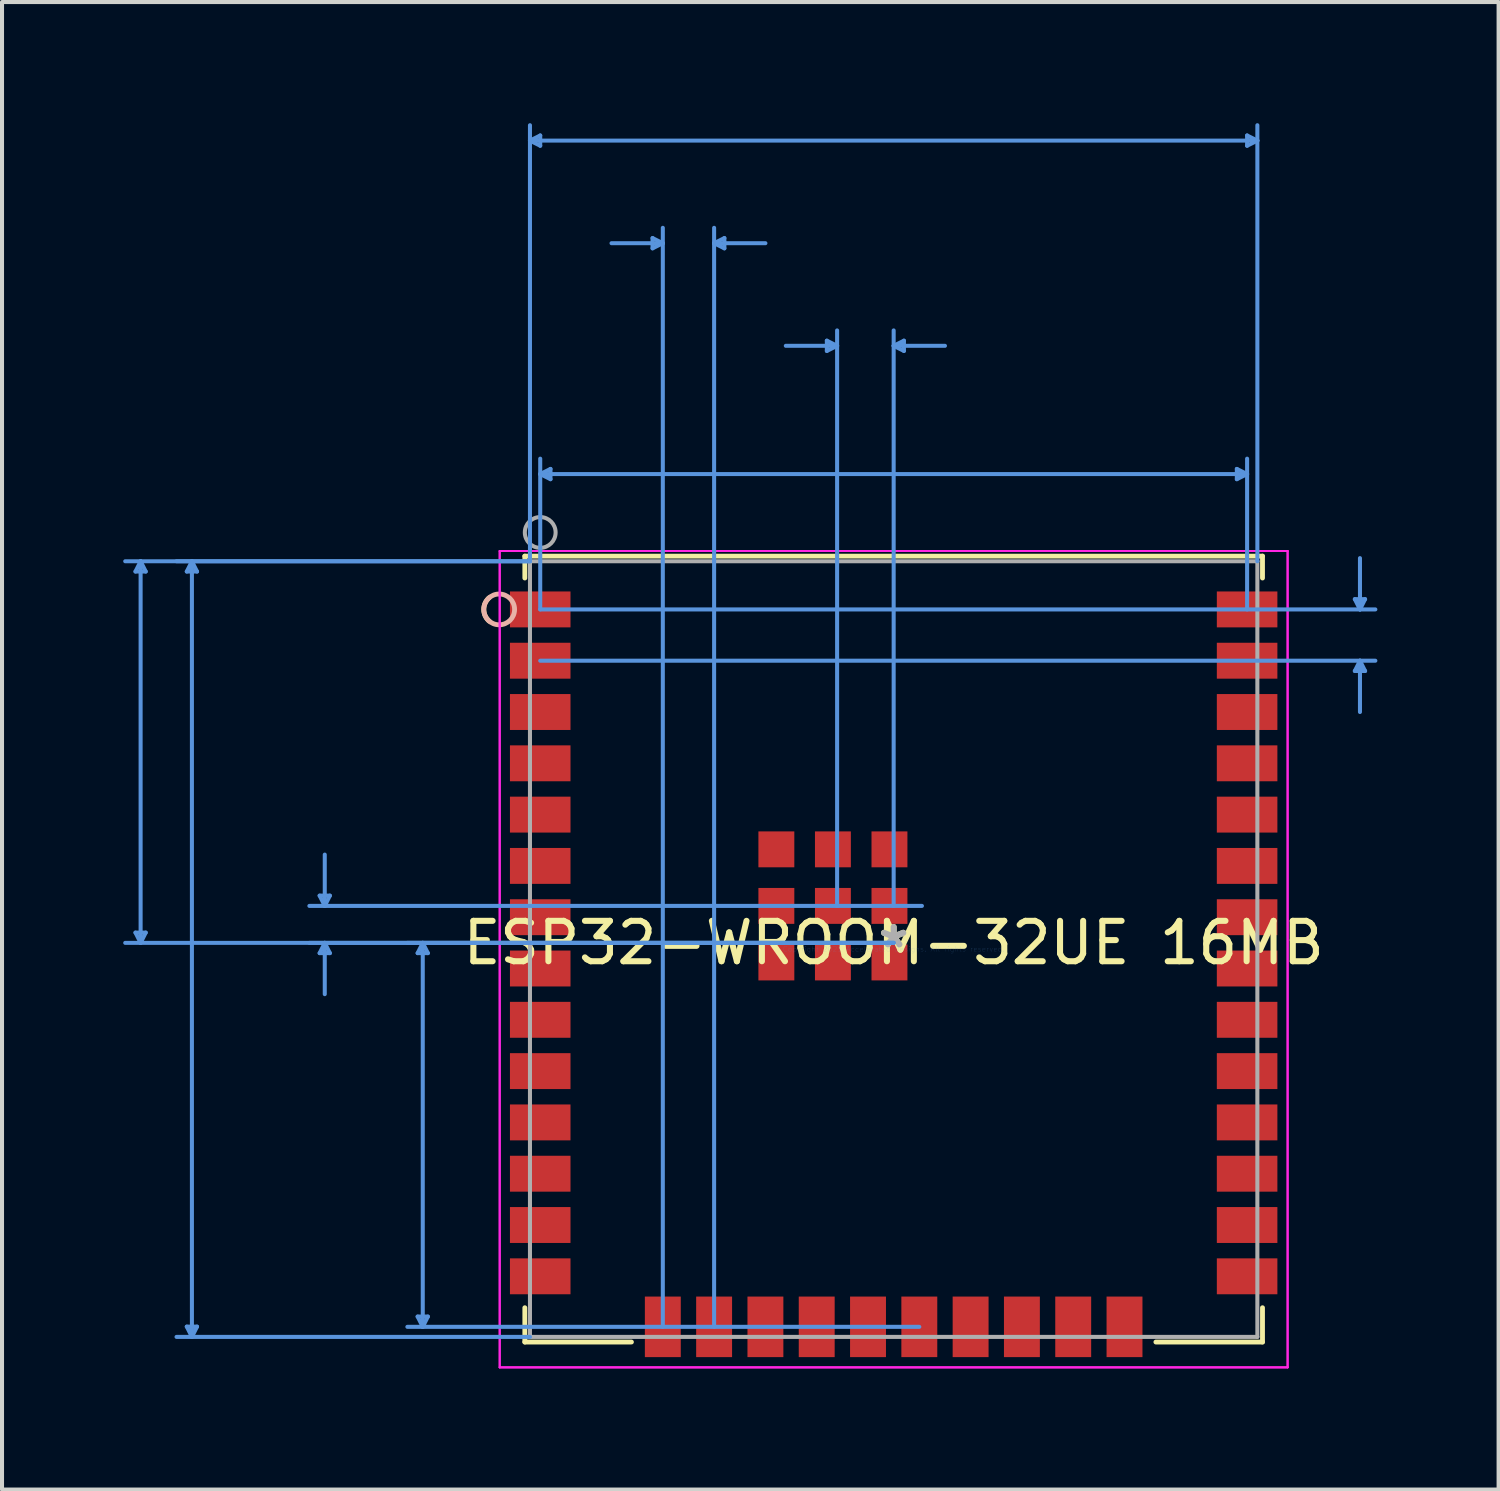
<source format=kicad_pcb>
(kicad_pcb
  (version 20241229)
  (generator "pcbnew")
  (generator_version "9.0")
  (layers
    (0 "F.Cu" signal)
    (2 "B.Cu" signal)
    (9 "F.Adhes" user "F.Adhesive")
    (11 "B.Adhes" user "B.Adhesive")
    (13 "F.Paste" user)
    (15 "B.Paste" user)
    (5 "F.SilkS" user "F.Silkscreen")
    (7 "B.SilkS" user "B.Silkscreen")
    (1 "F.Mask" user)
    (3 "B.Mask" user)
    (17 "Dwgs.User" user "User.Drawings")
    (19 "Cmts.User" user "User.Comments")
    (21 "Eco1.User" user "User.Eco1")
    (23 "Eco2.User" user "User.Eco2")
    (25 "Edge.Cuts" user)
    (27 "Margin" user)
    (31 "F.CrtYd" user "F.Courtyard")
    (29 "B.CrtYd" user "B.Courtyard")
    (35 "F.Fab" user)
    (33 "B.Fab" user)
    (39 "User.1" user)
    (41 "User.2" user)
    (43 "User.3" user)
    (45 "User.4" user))
  (footprint "ESP32-WROOM-32UE 16MB"
    (layer "F.Cu")
    (at 19.074 20.446)
    (property "Reference" "ESP32-WROOM-32UE 16MB" (at 0 -0.154 0) (layer "F.SilkS") (effects (font (size 1 1) (thickness 0.15))))
    (attr through_hole)
    (fp_line (start -9.131 -9.728) (end -9.131 -9.186) (stroke (width 0.12) (type solid)) (layer "F.SilkS"))
    (fp_line (start -9.131 8.879) (end -9.131 9.728) (stroke (width 0.12) (type solid)) (layer "F.SilkS"))
    (fp_line (start -9.131 9.728) (end -6.492 9.728) (stroke (width 0.12) (type solid)) (layer "F.SilkS"))
    (fp_line (start 6.492 9.728) (end 9.131 9.728) (stroke (width 0.12) (type solid)) (layer "F.SilkS"))
    (fp_line (start 9.131 -9.728) (end -9.131 -9.728) (stroke (width 0.12) (type solid)) (layer "F.SilkS"))
    (fp_line (start 9.131 -9.186) (end 9.131 -9.728) (stroke (width 0.12) (type solid)) (layer "F.SilkS"))
    (fp_line (start 9.131 9.728) (end 9.131 8.879) (stroke (width 0.12) (type solid)) (layer "F.SilkS"))
    (fp_arc (start -10.00984 -8.11567) (mid -10.1473 -8.40867) (end -10.00984 -8.70167) (stroke (width 0.12) (type solid)) (layer "F.SilkS"))
    (fp_circle (center -9.766 -8.409) (end -9.385 -8.409) (stroke (width 0.12) (type solid)) (fill no) (layer "B.SilkS"))
    (fp_line (start -18.77 -9.347) (end -18.516 -9.347) (stroke (width 0.1) (type solid)) (layer "Cmts.User"))
    (fp_line (start -18.77 -0.408) (end -18.516 -0.408) (stroke (width 0.1) (type solid)) (layer "Cmts.User"))
    (fp_line (start -18.643 -9.601) (end -18.77 -9.347) (stroke (width 0.1) (type solid)) (layer "Cmts.User"))
    (fp_line (start -18.643 -9.601) (end -18.643 -0.154) (stroke (width 0.1) (type solid)) (layer "Cmts.User"))
    (fp_line (start -18.643 -9.601) (end -18.516 -9.347) (stroke (width 0.1) (type solid)) (layer "Cmts.User"))
    (fp_line (start -18.643 -0.154) (end -18.77 -0.408) (stroke (width 0.1) (type solid)) (layer "Cmts.User"))
    (fp_line (start -18.643 -0.154) (end -18.516 -0.408) (stroke (width 0.1) (type solid)) (layer "Cmts.User"))
    (fp_line (start -17.5 -9.347) (end -17.246 -9.347) (stroke (width 0.1) (type solid)) (layer "Cmts.User"))
    (fp_line (start -17.5 9.347) (end -17.246 9.347) (stroke (width 0.1) (type solid)) (layer "Cmts.User"))
    (fp_line (start -17.373 -9.601) (end -17.5 -9.347) (stroke (width 0.1) (type solid)) (layer "Cmts.User"))
    (fp_line (start -17.373 -9.601) (end -17.373 9.601) (stroke (width 0.1) (type solid)) (layer "Cmts.User"))
    (fp_line (start -17.373 -9.601) (end -17.246 -9.347) (stroke (width 0.1) (type solid)) (layer "Cmts.User"))
    (fp_line (start -17.373 9.601) (end -17.5 9.347) (stroke (width 0.1) (type solid)) (layer "Cmts.User"))
    (fp_line (start -17.373 9.601) (end -17.246 9.347) (stroke (width 0.1) (type solid)) (layer "Cmts.User"))
    (fp_line (start -14.211 -1.323) (end -13.957 -1.323) (stroke (width 0.1) (type solid)) (layer "Cmts.User"))
    (fp_line (start -14.211 0.1) (end -13.957 0.1) (stroke (width 0.1) (type solid)) (layer "Cmts.User"))
    (fp_line (start -14.084 -1.069) (end -14.211 -1.323) (stroke (width 0.1) (type solid)) (layer "Cmts.User"))
    (fp_line (start -14.084 -1.069) (end -14.084 -2.339) (stroke (width 0.1) (type solid)) (layer "Cmts.User"))
    (fp_line (start -14.084 -1.069) (end -13.957 -1.323) (stroke (width 0.1) (type solid)) (layer "Cmts.User"))
    (fp_line (start -14.084 -0.154) (end -14.211 0.1) (stroke (width 0.1) (type solid)) (layer "Cmts.User"))
    (fp_line (start -14.084 -0.154) (end -14.084 1.116) (stroke (width 0.1) (type solid)) (layer "Cmts.User"))
    (fp_line (start -14.084 -0.154) (end -13.957 0.1) (stroke (width 0.1) (type solid)) (layer "Cmts.User"))
    (fp_line (start -11.785 0.1) (end -11.531 0.1) (stroke (width 0.1) (type solid)) (layer "Cmts.User"))
    (fp_line (start -11.785 9.098) (end -11.531 9.098) (stroke (width 0.1) (type solid)) (layer "Cmts.User"))
    (fp_line (start -11.658 -0.154) (end -11.785 0.1) (stroke (width 0.1) (type solid)) (layer "Cmts.User"))
    (fp_line (start -11.658 -0.154) (end -11.658 9.352) (stroke (width 0.1) (type solid)) (layer "Cmts.User"))
    (fp_line (start -11.658 -0.154) (end -11.531 0.1) (stroke (width 0.1) (type solid)) (layer "Cmts.User"))
    (fp_line (start -11.658 9.352) (end -11.785 9.098) (stroke (width 0.1) (type solid)) (layer "Cmts.User"))
    (fp_line (start -11.658 9.352) (end -11.531 9.098) (stroke (width 0.1) (type solid)) (layer "Cmts.User"))
    (fp_line (start -9.004 -20.015) (end -8.75 -20.142) (stroke (width 0.1) (type solid)) (layer "Cmts.User"))
    (fp_line (start -9.004 -20.015) (end -8.75 -19.888) (stroke (width 0.1) (type solid)) (layer "Cmts.User"))
    (fp_line (start -9.004 -20.015) (end 9.004 -20.015) (stroke (width 0.1) (type solid)) (layer "Cmts.User"))
    (fp_line (start -9.004 -9.601) (end -19.024 -9.601) (stroke (width 0.1) (type solid)) (layer "Cmts.User"))
    (fp_line (start -9.004 -9.601) (end -17.754 -9.601) (stroke (width 0.1) (type solid)) (layer "Cmts.User"))
    (fp_line (start -9.004 -9.601) (end -9.004 -20.396) (stroke (width 0.1) (type solid)) (layer "Cmts.User"))
    (fp_line (start -9.004 9.601) (end -17.754 9.601) (stroke (width 0.1) (type solid)) (layer "Cmts.User"))
    (fp_line (start -8.75 -20.142) (end -8.75 -19.888) (stroke (width 0.1) (type solid)) (layer "Cmts.User"))
    (fp_line (start -8.75 -11.76) (end -8.496 -11.887) (stroke (width 0.1) (type solid)) (layer "Cmts.User"))
    (fp_line (start -8.75 -11.76) (end -8.496 -11.633) (stroke (width 0.1) (type solid)) (layer "Cmts.User"))
    (fp_line (start -8.75 -11.76) (end 8.75 -11.76) (stroke (width 0.1) (type solid)) (layer "Cmts.User"))
    (fp_line (start -8.75 -8.409) (end -8.75 -12.141) (stroke (width 0.1) (type solid)) (layer "Cmts.User"))
    (fp_line (start -8.75 -8.409) (end 11.925 -8.409) (stroke (width 0.1) (type solid)) (layer "Cmts.User"))
    (fp_line (start -8.75 -7.139) (end 11.925 -7.139) (stroke (width 0.1) (type solid)) (layer "Cmts.User"))
    (fp_line (start -8.496 -11.887) (end -8.496 -11.633) (stroke (width 0.1) (type solid)) (layer "Cmts.User"))
    (fp_line (start -5.969 -17.602) (end -5.969 -17.348) (stroke (width 0.1) (type solid)) (layer "Cmts.User"))
    (fp_line (start -5.715 -17.475) (end -6.985 -17.475) (stroke (width 0.1) (type solid)) (layer "Cmts.User"))
    (fp_line (start -5.715 -17.475) (end -5.969 -17.602) (stroke (width 0.1) (type solid)) (layer "Cmts.User"))
    (fp_line (start -5.715 -17.475) (end -5.969 -17.348) (stroke (width 0.1) (type solid)) (layer "Cmts.User"))
    (fp_line (start -5.715 9.352) (end -5.715 -17.856) (stroke (width 0.1) (type solid)) (layer "Cmts.User"))
    (fp_line (start -4.445 -17.475) (end -4.191 -17.602) (stroke (width 0.1) (type solid)) (layer "Cmts.User"))
    (fp_line (start -4.445 -17.475) (end -4.191 -17.348) (stroke (width 0.1) (type solid)) (layer "Cmts.User"))
    (fp_line (start -4.445 -17.475) (end -3.175 -17.475) (stroke (width 0.1) (type solid)) (layer "Cmts.User"))
    (fp_line (start -4.445 9.352) (end -4.445 -17.856) (stroke (width 0.1) (type solid)) (layer "Cmts.User"))
    (fp_line (start -4.191 -17.602) (end -4.191 -17.348) (stroke (width 0.1) (type solid)) (layer "Cmts.User"))
    (fp_line (start -1.654 -15.062) (end -1.654 -14.808) (stroke (width 0.1) (type solid)) (layer "Cmts.User"))
    (fp_line (start -1.4 -14.935) (end -2.67 -14.935) (stroke (width 0.1) (type solid)) (layer "Cmts.User"))
    (fp_line (start -1.4 -14.935) (end -1.654 -15.062) (stroke (width 0.1) (type solid)) (layer "Cmts.User"))
    (fp_line (start -1.4 -14.935) (end -1.654 -14.808) (stroke (width 0.1) (type solid)) (layer "Cmts.User"))
    (fp_line (start -1.4 -1.069) (end -1.4 -15.316) (stroke (width 0.1) (type solid)) (layer "Cmts.User"))
    (fp_line (start 0 -14.935) (end 0.254 -15.062) (stroke (width 0.1) (type solid)) (layer "Cmts.User"))
    (fp_line (start 0 -14.935) (end 0.254 -14.808) (stroke (width 0.1) (type solid)) (layer "Cmts.User"))
    (fp_line (start 0 -14.935) (end 1.27 -14.935) (stroke (width 0.1) (type solid)) (layer "Cmts.User"))
    (fp_line (start 0 -1.069) (end 0 -15.316) (stroke (width 0.1) (type solid)) (layer "Cmts.User"))
    (fp_line (start 0 -0.154) (end -19.024 -0.154) (stroke (width 0.1) (type solid)) (layer "Cmts.User"))
    (fp_line (start 0 -0.154) (end -14.465 -0.154) (stroke (width 0.1) (type solid)) (layer "Cmts.User"))
    (fp_line (start 0 -0.154) (end -12.039 -0.154) (stroke (width 0.1) (type solid)) (layer "Cmts.User"))
    (fp_line (start 0.254 -15.062) (end 0.254 -14.808) (stroke (width 0.1) (type solid)) (layer "Cmts.User"))
    (fp_line (start 0.635 9.352) (end -12.039 9.352) (stroke (width 0.1) (type solid)) (layer "Cmts.User"))
    (fp_line (start 0.7 -1.069) (end -14.465 -1.069) (stroke (width 0.1) (type solid)) (layer "Cmts.User"))
    (fp_line (start 8.496 -11.887) (end 8.496 -11.633) (stroke (width 0.1) (type solid)) (layer "Cmts.User"))
    (fp_line (start 8.75 -11.76) (end 8.496 -11.887) (stroke (width 0.1) (type solid)) (layer "Cmts.User"))
    (fp_line (start 8.75 -11.76) (end 8.496 -11.633) (stroke (width 0.1) (type solid)) (layer "Cmts.User"))
    (fp_line (start 8.75 -8.409) (end 8.75 -12.141) (stroke (width 0.1) (type solid)) (layer "Cmts.User"))
    (fp_line (start 8.75 -20.142) (end 8.75 -19.888) (stroke (width 0.1) (type solid)) (layer "Cmts.User"))
    (fp_line (start 9.004 -20.015) (end 8.75 -20.142) (stroke (width 0.1) (type solid)) (layer "Cmts.User"))
    (fp_line (start 9.004 -20.015) (end 8.75 -19.888) (stroke (width 0.1) (type solid)) (layer "Cmts.User"))
    (fp_line (start 9.004 -9.601) (end 9.004 -20.396) (stroke (width 0.1) (type solid)) (layer "Cmts.User"))
    (fp_line (start 11.417 -8.663) (end 11.671 -8.663) (stroke (width 0.1) (type solid)) (layer "Cmts.User"))
    (fp_line (start 11.417 -6.885) (end 11.671 -6.885) (stroke (width 0.1) (type solid)) (layer "Cmts.User"))
    (fp_line (start 11.544 -8.409) (end 11.417 -8.663) (stroke (width 0.1) (type solid)) (layer "Cmts.User"))
    (fp_line (start 11.544 -8.409) (end 11.544 -9.679) (stroke (width 0.1) (type solid)) (layer "Cmts.User"))
    (fp_line (start 11.544 -8.409) (end 11.671 -8.663) (stroke (width 0.1) (type solid)) (layer "Cmts.User"))
    (fp_line (start 11.544 -7.139) (end 11.417 -6.885) (stroke (width 0.1) (type solid)) (layer "Cmts.User"))
    (fp_line (start 11.544 -7.139) (end 11.544 -5.869) (stroke (width 0.1) (type solid)) (layer "Cmts.User"))
    (fp_line (start 11.544 -7.139) (end 11.671 -6.885) (stroke (width 0.1) (type solid)) (layer "Cmts.User"))
    (fp_line (start -9.753 -9.855) (end -9.753 10.355) (stroke (width 0.05) (type solid)) (layer "F.CrtYd"))
    (fp_line (start -9.753 -9.855) (end -9.753 10.355) (stroke (width 0.05) (type solid)) (layer "F.CrtYd"))
    (fp_line (start -9.753 10.355) (end 9.753 10.355) (stroke (width 0.05) (type solid)) (layer "F.CrtYd"))
    (fp_line (start -9.753 10.355) (end 9.753 10.355) (stroke (width 0.05) (type solid)) (layer "F.CrtYd"))
    (fp_line (start 9.753 -9.855) (end -9.753 -9.855) (stroke (width 0.05) (type solid)) (layer "F.CrtYd"))
    (fp_line (start 9.753 -9.855) (end -9.753 -9.855) (stroke (width 0.05) (type solid)) (layer "F.CrtYd"))
    (fp_line (start 9.753 10.355) (end 9.753 -9.855) (stroke (width 0.05) (type solid)) (layer "F.CrtYd"))
    (fp_line (start 9.753 10.355) (end 9.753 -9.855) (stroke (width 0.05) (type solid)) (layer "F.CrtYd"))
    (fp_line (start -9.004 -9.601) (end -9.004 9.601) (stroke (width 0.1) (type solid)) (layer "F.Fab"))
    (fp_line (start -9.004 9.601) (end 9.004 9.601) (stroke (width 0.1) (type solid)) (layer "F.Fab"))
    (fp_line (start 9.004 -9.601) (end -9.004 -9.601) (stroke (width 0.1) (type solid)) (layer "F.Fab"))
    (fp_line (start 9.004 9.601) (end 9.004 -9.601) (stroke (width 0.1) (type solid)) (layer "F.Fab"))
    (fp_circle (center -8.75 -10.314) (end -8.369 -10.314) (stroke (width 0.1) (type solid)) (fill no) (layer "F.Fab"))
    (fp_text user "*" (at 0 0 0) (layer "F.SilkS") (effects (font (size 1 1) (thickness 0.15))))
    (fp_text user "Copyright 2021 Accelerated Designs. All rights reserved." (at 0 0 0) (layer "Cmts.User") (effects (font (size 0.127 0.127) (thickness 0.002))))
    (fp_text user "*" (at 0 0 0) (layer "F.Fab") (effects (font (size 1 1) (thickness 0.15))))
    (pad "1" smd rect (at -8.75 -8.409) (size 1.499 0.889) (layers "F.Cu" "F.Mask" "F.Paste"))
    (pad "2" smd rect (at -8.75 -7.139) (size 1.499 0.889) (layers "F.Cu" "F.Mask" "F.Paste"))
    (pad "3" smd rect (at -8.75 -5.869) (size 1.499 0.889) (layers "F.Cu" "F.Mask" "F.Paste"))
    (pad "4" smd rect (at -8.75 -4.599) (size 1.499 0.889) (layers "F.Cu" "F.Mask" "F.Paste"))
    (pad "5" smd rect (at -8.75 -3.329) (size 1.499 0.889) (layers "F.Cu" "F.Mask" "F.Paste"))
    (pad "6" smd rect (at -8.75 -2.059) (size 1.499 0.889) (layers "F.Cu" "F.Mask" "F.Paste"))
    (pad "7" smd rect (at -8.75 -0.789) (size 1.499 0.889) (layers "F.Cu" "F.Mask" "F.Paste"))
    (pad "8" smd rect (at -8.75 0.481) (size 1.499 0.889) (layers "F.Cu" "F.Mask" "F.Paste"))
    (pad "9" smd rect (at -8.75 1.751) (size 1.499 0.889) (layers "F.Cu" "F.Mask" "F.Paste"))
    (pad "10" smd rect (at -8.75 3.021) (size 1.499 0.889) (layers "F.Cu" "F.Mask" "F.Paste"))
    (pad "11" smd rect (at -8.75 4.291) (size 1.499 0.889) (layers "F.Cu" "F.Mask" "F.Paste"))
    (pad "12" smd rect (at -8.75 5.561) (size 1.499 0.889) (layers "F.Cu" "F.Mask" "F.Paste"))
    (pad "13" smd rect (at -8.75 6.831) (size 1.499 0.889) (layers "F.Cu" "F.Mask" "F.Paste"))
    (pad "14" smd rect (at -8.75 8.101) (size 1.499 0.889) (layers "F.Cu" "F.Mask" "F.Paste"))
    (pad "15" smd rect (at -5.715 9.352) (size 0.889 1.499) (layers "F.Cu" "F.Mask" "F.Paste"))
    (pad "16" smd rect (at -4.445 9.352) (size 0.889 1.499) (layers "F.Cu" "F.Mask" "F.Paste"))
    (pad "17" smd rect (at -3.175 9.352) (size 0.889 1.499) (layers "F.Cu" "F.Mask" "F.Paste"))
    (pad "18" smd rect (at -1.905 9.352) (size 0.889 1.499) (layers "F.Cu" "F.Mask" "F.Paste"))
    (pad "19" smd rect (at -0.635 9.352) (size 0.889 1.499) (layers "F.Cu" "F.Mask" "F.Paste"))
    (pad "20" smd rect (at 0.635 9.352) (size 0.889 1.499) (layers "F.Cu" "F.Mask" "F.Paste"))
    (pad "21" smd rect (at 1.905 9.352) (size 0.889 1.499) (layers "F.Cu" "F.Mask" "F.Paste"))
    (pad "22" smd rect (at 3.175 9.352) (size 0.889 1.499) (layers "F.Cu" "F.Mask" "F.Paste"))
    (pad "23" smd rect (at 4.445 9.352) (size 0.889 1.499) (layers "F.Cu" "F.Mask" "F.Paste"))
    (pad "24" smd rect (at 5.715 9.352) (size 0.889 1.499) (layers "F.Cu" "F.Mask" "F.Paste"))
    (pad "25" smd rect (at 8.75 8.101) (size 1.499 0.889) (layers "F.Cu" "F.Mask" "F.Paste"))
    (pad "26" smd rect (at 8.75 6.831) (size 1.499 0.889) (layers "F.Cu" "F.Mask" "F.Paste"))
    (pad "27" smd rect (at 8.75 5.561) (size 1.499 0.889) (layers "F.Cu" "F.Mask" "F.Paste"))
    (pad "28" smd rect (at 8.75 4.291) (size 1.499 0.889) (layers "F.Cu" "F.Mask" "F.Paste"))
    (pad "29" smd rect (at 8.75 3.021) (size 1.499 0.889) (layers "F.Cu" "F.Mask" "F.Paste"))
    (pad "30" smd rect (at 8.75 1.751) (size 1.499 0.889) (layers "F.Cu" "F.Mask" "F.Paste"))
    (pad "31" smd rect (at 8.75 0.481) (size 1.499 0.889) (layers "F.Cu" "F.Mask" "F.Paste"))
    (pad "32" smd rect (at 8.75 -0.789) (size 1.499 0.889) (layers "F.Cu" "F.Mask" "F.Paste"))
    (pad "33" smd rect (at 8.75 -2.059) (size 1.499 0.889) (layers "F.Cu" "F.Mask" "F.Paste"))
    (pad "34" smd rect (at 8.75 -3.329) (size 1.499 0.889) (layers "F.Cu" "F.Mask" "F.Paste"))
    (pad "35" smd rect (at 8.75 -4.599) (size 1.499 0.889) (layers "F.Cu" "F.Mask" "F.Paste"))
    (pad "36" smd rect (at 8.75 -5.869) (size 1.499 0.889) (layers "F.Cu" "F.Mask" "F.Paste"))
    (pad "37" smd rect (at 8.75 -7.139) (size 1.499 0.889) (layers "F.Cu" "F.Mask" "F.Paste"))
    (pad "38" smd rect (at 8.75 -8.409) (size 1.499 0.889) (layers "F.Cu" "F.Mask" "F.Paste"))
    (pad "39" smd rect (at -2.904 -2.469) (size 0.889 0.889) (layers "F.Cu" "F.Mask" "F.Paste"))
    (pad "40" smd rect (at -1.504 -2.469) (size 0.889 0.889) (layers "F.Cu" "F.Mask" "F.Paste"))
    (pad "41" smd rect (at -0.104 -2.469) (size 0.889 0.889) (layers "F.Cu" "F.Mask" "F.Paste"))
    (pad "42" smd rect (at -2.904 -1.069) (size 0.889 0.889) (layers "F.Cu" "F.Mask" "F.Paste"))
    (pad "43" smd rect (at -1.504 -1.069) (size 0.889 0.889) (layers "F.Cu" "F.Mask" "F.Paste"))
    (pad "44" smd rect (at -0.104 -1.069) (size 0.889 0.889) (layers "F.Cu" "F.Mask" "F.Paste"))
    (pad "45" smd rect (at -2.904 0.331) (size 0.889 0.889) (layers "F.Cu" "F.Mask" "F.Paste"))
    (pad "46" smd rect (at -1.504 0.331) (size 0.889 0.889) (layers "F.Cu" "F.Mask" "F.Paste"))
    (pad "47" smd rect (at -0.104 0.331) (size 0.889 0.889) (layers "F.Cu" "F.Mask" "F.Paste")))
  (gr_rect
    (start -3 -3)
    (end 34.05 33.826)
    (stroke (width 0.1) (type default))
    (fill no)
    (layer "Edge.Cuts")))
</source>
